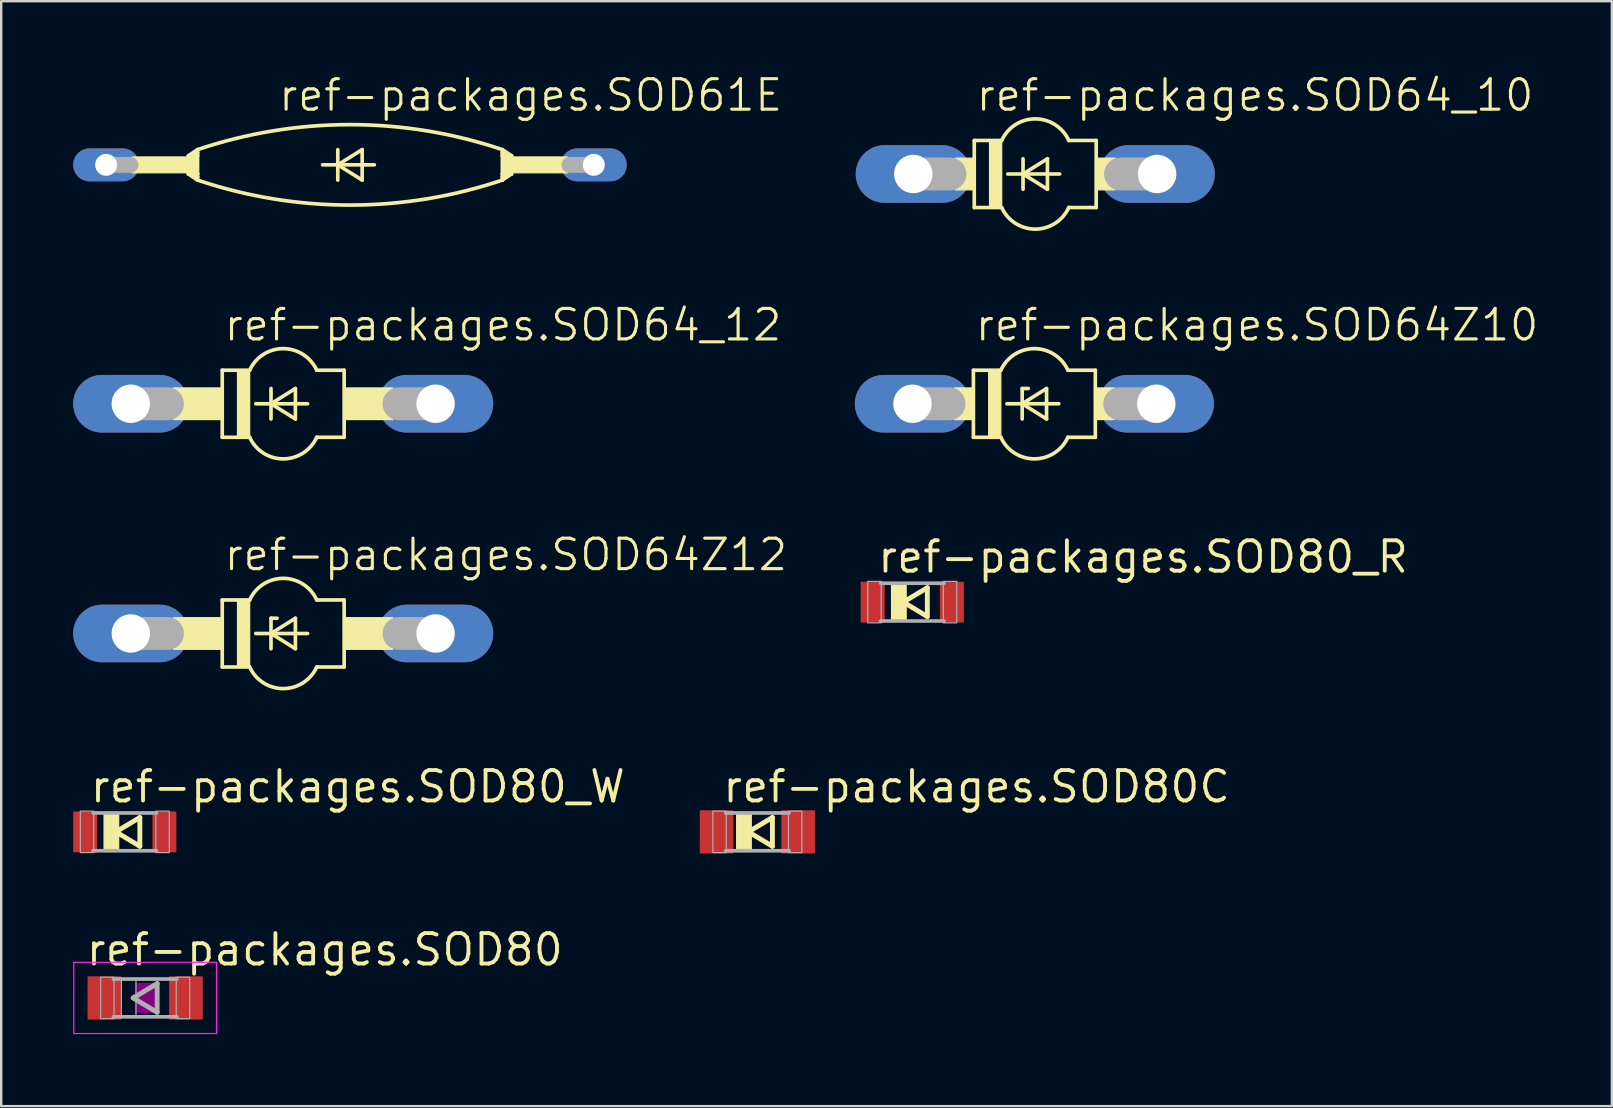
<source format=kicad_pcb>
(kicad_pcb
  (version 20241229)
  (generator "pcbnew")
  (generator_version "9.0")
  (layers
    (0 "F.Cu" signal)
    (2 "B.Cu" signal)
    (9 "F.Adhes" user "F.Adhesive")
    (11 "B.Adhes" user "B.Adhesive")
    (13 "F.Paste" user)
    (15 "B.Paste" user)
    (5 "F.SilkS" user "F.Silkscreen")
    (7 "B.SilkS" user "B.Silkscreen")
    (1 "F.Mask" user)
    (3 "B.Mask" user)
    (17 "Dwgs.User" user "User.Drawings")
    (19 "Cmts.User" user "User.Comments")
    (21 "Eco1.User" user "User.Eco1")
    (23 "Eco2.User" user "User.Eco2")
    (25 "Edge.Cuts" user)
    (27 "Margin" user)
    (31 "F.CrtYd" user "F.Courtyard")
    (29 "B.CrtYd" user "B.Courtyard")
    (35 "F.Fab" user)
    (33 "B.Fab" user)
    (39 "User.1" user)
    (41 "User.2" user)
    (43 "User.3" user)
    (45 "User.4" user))
  (footprint "ref-packages.SOD80_R"
    (layer "F.Cu")
    (at 34.961 22.038)
    (property "Reference" "ref-packages.SOD80_R" (at -1.524 -1.143 0) (layer "F.SilkS") (effects (font (size 1.27 1.27) (thickness 0.16)) (justify left bottom)))
    (attr smd)
    (fp_line (start -0.373 0) (end 0.627 0.6) (stroke (width 0.203) (type default)) (layer "F.SilkS"))
    (fp_line (start 0.627 -0.6) (end -0.373 0) (stroke (width 0.203) (type default)) (layer "F.SilkS"))
    (fp_line (start 0.627 0.6) (end 0.627 -0.6) (stroke (width 0.203) (type default)) (layer "F.SilkS"))
    (fp_rect (start -0.864 0.787) (end -0.254 -0.787) (stroke (width 0.05) (type default)) (fill yes) (layer "F.SilkS"))
    (fp_line (start 1.321 -0.787) (end -1.321 -0.787) (stroke (width 0.152) (type default)) (layer "F.Fab"))
    (fp_line (start 1.321 0.787) (end -1.321 0.787) (stroke (width 0.152) (type default)) (layer "F.Fab"))
    (fp_rect (start -1.854 0.864) (end -1.295 -0.864) (stroke (width 0.05) (type default)) (fill no) (layer "F.Fab"))
    (fp_rect (start 1.295 0.864) (end 1.854 -0.864) (stroke (width 0.05) (type default)) (fill no) (layer "F.Fab"))
    (pad "A" smd roundrect (at 1.65 0) (size 1 1.7) (layers "F.Cu" "F.Mask" "F.Paste") (roundrect_rratio 0.01))
    (pad "C" smd roundrect (at -1.65 0) (size 1 1.7) (layers "F.Cu" "F.Mask" "F.Paste") (roundrect_rratio 0.01)))
  (footprint "ref-packages.SOD80_W"
    (layer "F.Cu")
    (at 2.15 31.611)
    (property "Reference" "ref-packages.SOD80_W" (at -1.524 -1.143 0) (layer "F.SilkS") (effects (font (size 1.27 1.27) (thickness 0.16)) (justify left bottom)))
    (attr smd)
    (fp_line (start -0.373 0) (end 0.627 0.6) (stroke (width 0.203) (type default)) (layer "F.SilkS"))
    (fp_line (start 0.627 -0.6) (end -0.373 0) (stroke (width 0.203) (type default)) (layer "F.SilkS"))
    (fp_line (start 0.627 0.6) (end 0.627 -0.6) (stroke (width 0.203) (type default)) (layer "F.SilkS"))
    (fp_rect (start -0.864 0.787) (end -0.254 -0.787) (stroke (width 0.05) (type default)) (fill yes) (layer "F.SilkS"))
    (fp_line (start 1.321 -0.787) (end -1.321 -0.787) (stroke (width 0.152) (type default)) (layer "F.Fab"))
    (fp_line (start 1.321 0.787) (end -1.321 0.787) (stroke (width 0.152) (type default)) (layer "F.Fab"))
    (fp_rect (start -1.854 0.864) (end -1.295 -0.864) (stroke (width 0.05) (type default)) (fill no) (layer "F.Fab"))
    (fp_rect (start 1.295 0.864) (end 1.854 -0.864) (stroke (width 0.05) (type default)) (fill no) (layer "F.Fab"))
    (pad "A" smd roundrect (at 1.65 0) (size 1 1.7) (layers "F.Cu" "F.Mask" "F.Paste") (roundrect_rratio 0.01))
    (pad "C" smd roundrect (at -1.65 0) (size 1 1.7) (layers "F.Cu" "F.Mask" "F.Paste") (roundrect_rratio 0.01)))
  (footprint "ref-packages.SOD64Z10"
    (layer "F.Cu")
    (at 40.049 13.773)
    (property "Reference" "ref-packages.SOD64Z10" (at -2.54 -2.54 0) (layer "F.SilkS") (effects (font (size 1.27 1.27) (thickness 0.13)) (justify left bottom)))
    (attr through_hole)
    (fp_line (start -2.54 -1.397) (end -2.54 1.397) (stroke (width 0.152) (type default)) (layer "F.SilkS"))
    (fp_line (start -2.54 -1.397) (end -1.397 -1.397) (stroke (width 0.152) (type default)) (layer "F.SilkS"))
    (fp_line (start -2.54 1.397) (end -1.397 1.397) (stroke (width 0.152) (type default)) (layer "F.SilkS"))
    (fp_line (start -1.143 0) (end -0.508 0) (stroke (width 0.152) (type default)) (layer "F.SilkS"))
    (fp_line (start -0.508 -0.635) (end -0.508 0) (stroke (width 0.152) (type default)) (layer "F.SilkS"))
    (fp_line (start -0.508 0) (end -0.508 0.635) (stroke (width 0.152) (type default)) (layer "F.SilkS"))
    (fp_line (start -0.508 0) (end 0.508 -0.635) (stroke (width 0.152) (type default)) (layer "F.SilkS"))
    (fp_line (start -0.508 0) (end 1.016 0) (stroke (width 0.152) (type default)) (layer "F.SilkS"))
    (fp_line (start -0.254 -0.635) (end -0.508 -0.635) (stroke (width 0.152) (type default)) (layer "F.SilkS"))
    (fp_line (start 0.508 -0.635) (end 0.508 0.635) (stroke (width 0.152) (type default)) (layer "F.SilkS"))
    (fp_line (start 0.508 0.635) (end -0.508 0) (stroke (width 0.152) (type default)) (layer "F.SilkS"))
    (fp_line (start 1.397 1.397) (end 2.54 1.397) (stroke (width 0.152) (type default)) (layer "F.SilkS"))
    (fp_line (start 2.54 -1.397) (end 1.397 -1.397) (stroke (width 0.152) (type default)) (layer "F.SilkS"))
    (fp_line (start 2.54 1.397) (end 2.54 -1.397) (stroke (width 0.152) (type default)) (layer "F.SilkS"))
    (fp_rect (start -3.327 0.66) (end -2.54 -0.66) (stroke (width 0.05) (type default)) (fill yes) (layer "F.SilkS"))
    (fp_rect (start -1.905 1.397) (end -1.397 -1.397) (stroke (width 0.05) (type default)) (fill yes) (layer "F.SilkS"))
    (fp_rect (start 2.54 0.66) (end 3.327 -0.66) (stroke (width 0.05) (type default)) (fill yes) (layer "F.SilkS"))
    (fp_arc (start -1.397 -1.397) (mid 0 -2.296547) (end 1.397 -1.397) (stroke (width 0.1524) (type default)) (layer "F.SilkS"))
    (fp_arc (start 1.397 1.397) (mid 0 2.296547) (end -1.397 1.397) (stroke (width 0.1524) (type default)) (layer "F.SilkS"))
    (fp_line (start -5.08 0) (end -3.556 0) (stroke (width 1.372) (type default)) (layer "F.Fab"))
    (fp_line (start 5.08 0) (end 3.556 0) (stroke (width 1.372) (type default)) (layer "F.Fab"))
    (pad "A" thru_hole oval (at 5.08 0) (size 4.801 2.4) (drill 1.6) (layers "*.Cu" "*.Mask"))
    (pad "C" thru_hole oval (at -5.08 0) (size 4.801 2.4) (drill 1.6) (layers "*.Cu" "*.Mask")))
  (footprint "ref-packages.SOD64_12"
    (layer "F.Cu")
    (at 8.75 13.773)
    (property "Reference" "ref-packages.SOD64_12" (at -2.54 -2.54 0) (layer "F.SilkS") (effects (font (size 1.27 1.27) (thickness 0.13)) (justify left bottom)))
    (attr through_hole)
    (fp_line (start -2.54 -1.397) (end -2.54 1.397) (stroke (width 0.152) (type default)) (layer "F.SilkS"))
    (fp_line (start -2.54 -1.397) (end -1.397 -1.397) (stroke (width 0.152) (type default)) (layer "F.SilkS"))
    (fp_line (start -2.54 1.397) (end -1.397 1.397) (stroke (width 0.152) (type default)) (layer "F.SilkS"))
    (fp_line (start -1.143 0) (end -0.508 0) (stroke (width 0.152) (type default)) (layer "F.SilkS"))
    (fp_line (start -0.508 -0.635) (end -0.508 0) (stroke (width 0.152) (type default)) (layer "F.SilkS"))
    (fp_line (start -0.508 0) (end -0.508 0.635) (stroke (width 0.152) (type default)) (layer "F.SilkS"))
    (fp_line (start -0.508 0) (end 0.508 -0.635) (stroke (width 0.152) (type default)) (layer "F.SilkS"))
    (fp_line (start -0.508 0) (end 1.016 0) (stroke (width 0.152) (type default)) (layer "F.SilkS"))
    (fp_line (start 0.508 -0.635) (end 0.508 0.635) (stroke (width 0.152) (type default)) (layer "F.SilkS"))
    (fp_line (start 0.508 0.635) (end -0.508 0) (stroke (width 0.152) (type default)) (layer "F.SilkS"))
    (fp_line (start 1.397 1.397) (end 2.54 1.397) (stroke (width 0.152) (type default)) (layer "F.SilkS"))
    (fp_line (start 2.54 -1.397) (end 1.397 -1.397) (stroke (width 0.152) (type default)) (layer "F.SilkS"))
    (fp_line (start 2.54 1.397) (end 2.54 -1.397) (stroke (width 0.152) (type default)) (layer "F.SilkS"))
    (fp_rect (start -4.572 0.66) (end -2.54 -0.66) (stroke (width 0.05) (type default)) (fill yes) (layer "F.SilkS"))
    (fp_rect (start -1.905 1.397) (end -1.397 -1.397) (stroke (width 0.05) (type default)) (fill yes) (layer "F.SilkS"))
    (fp_rect (start 2.54 0.66) (end 4.572 -0.66) (stroke (width 0.05) (type default)) (fill yes) (layer "F.SilkS"))
    (fp_arc (start -1.397 -1.397) (mid 0 -2.296547) (end 1.397 -1.397) (stroke (width 0.1524) (type default)) (layer "F.SilkS"))
    (fp_arc (start 1.397 1.397) (mid 0 2.296547) (end -1.397 1.397) (stroke (width 0.1524) (type default)) (layer "F.SilkS"))
    (fp_line (start -6.35 0) (end -4.826 0) (stroke (width 1.372) (type default)) (layer "F.Fab"))
    (fp_line (start 6.35 0) (end 4.826 0) (stroke (width 1.372) (type default)) (layer "F.Fab"))
    (pad "A" thru_hole oval (at 6.35 0) (size 4.801 2.4) (drill 1.6) (layers "*.Cu" "*.Mask"))
    (pad "C" thru_hole oval (at -6.35 0) (size 4.801 2.4) (drill 1.6) (layers "*.Cu" "*.Mask")))
  (footprint "ref-packages.SOD64Z12"
    (layer "F.Cu")
    (at 8.75 23.345)
    (property "Reference" "ref-packages.SOD64Z12" (at -2.54 -2.54 0) (layer "F.SilkS") (effects (font (size 1.27 1.27) (thickness 0.13)) (justify left bottom)))
    (attr through_hole)
    (fp_line (start -2.54 -1.397) (end -2.54 1.397) (stroke (width 0.152) (type default)) (layer "F.SilkS"))
    (fp_line (start -2.54 -1.397) (end -1.397 -1.397) (stroke (width 0.152) (type default)) (layer "F.SilkS"))
    (fp_line (start -2.54 1.397) (end -1.397 1.397) (stroke (width 0.152) (type default)) (layer "F.SilkS"))
    (fp_line (start -1.143 0) (end -0.508 0) (stroke (width 0.152) (type default)) (layer "F.SilkS"))
    (fp_line (start -0.508 -0.635) (end -0.508 0) (stroke (width 0.152) (type default)) (layer "F.SilkS"))
    (fp_line (start -0.508 0) (end -0.508 0.635) (stroke (width 0.152) (type default)) (layer "F.SilkS"))
    (fp_line (start -0.508 0) (end 0.508 -0.635) (stroke (width 0.152) (type default)) (layer "F.SilkS"))
    (fp_line (start -0.508 0) (end 1.016 0) (stroke (width 0.152) (type default)) (layer "F.SilkS"))
    (fp_line (start -0.254 -0.635) (end -0.508 -0.635) (stroke (width 0.152) (type default)) (layer "F.SilkS"))
    (fp_line (start 0.508 -0.635) (end 0.508 0.635) (stroke (width 0.152) (type default)) (layer "F.SilkS"))
    (fp_line (start 0.508 0.635) (end -0.508 0) (stroke (width 0.152) (type default)) (layer "F.SilkS"))
    (fp_line (start 1.397 1.397) (end 2.54 1.397) (stroke (width 0.152) (type default)) (layer "F.SilkS"))
    (fp_line (start 2.54 -1.397) (end 1.397 -1.397) (stroke (width 0.152) (type default)) (layer "F.SilkS"))
    (fp_line (start 2.54 1.397) (end 2.54 -1.397) (stroke (width 0.152) (type default)) (layer "F.SilkS"))
    (fp_rect (start -4.572 0.66) (end -2.54 -0.66) (stroke (width 0.05) (type default)) (fill yes) (layer "F.SilkS"))
    (fp_rect (start -1.905 1.397) (end -1.397 -1.397) (stroke (width 0.05) (type default)) (fill yes) (layer "F.SilkS"))
    (fp_rect (start 2.54 0.66) (end 4.572 -0.66) (stroke (width 0.05) (type default)) (fill yes) (layer "F.SilkS"))
    (fp_arc (start -1.397 -1.397) (mid 0 -2.296547) (end 1.397 -1.397) (stroke (width 0.1524) (type default)) (layer "F.SilkS"))
    (fp_arc (start 1.397 1.397) (mid 0 2.296547) (end -1.397 1.397) (stroke (width 0.1524) (type default)) (layer "F.SilkS"))
    (fp_line (start -6.35 0) (end -4.826 0) (stroke (width 1.372) (type default)) (layer "F.Fab"))
    (fp_line (start 6.35 0) (end 4.826 0) (stroke (width 1.372) (type default)) (layer "F.Fab"))
    (pad "A" thru_hole oval (at 6.35 0) (size 4.801 2.4) (drill 1.6) (layers "*.Cu" "*.Mask"))
    (pad "C" thru_hole oval (at -6.35 0) (size 4.801 2.4) (drill 1.6) (layers "*.Cu" "*.Mask")))
  (footprint "ref-packages.SOD80C"
    (layer "F.Cu")
    (at 28.507 31.611)
    (property "Reference" "ref-packages.SOD80C" (at -1.524 -1.143 0) (layer "F.SilkS") (effects (font (size 1.27 1.27) (thickness 0.16)) (justify left bottom)))
    (attr smd)
    (fp_line (start -0.373 0) (end 0.627 0.6) (stroke (width 0.203) (type default)) (layer "F.SilkS"))
    (fp_line (start 0.627 -0.6) (end -0.373 0) (stroke (width 0.203) (type default)) (layer "F.SilkS"))
    (fp_line (start 0.627 0.6) (end 0.627 -0.6) (stroke (width 0.203) (type default)) (layer "F.SilkS"))
    (fp_rect (start -0.864 0.787) (end -0.254 -0.787) (stroke (width 0.05) (type default)) (fill yes) (layer "F.SilkS"))
    (fp_line (start 1.321 -0.787) (end -1.321 -0.787) (stroke (width 0.152) (type default)) (layer "F.Fab"))
    (fp_line (start 1.321 0.787) (end -1.321 0.787) (stroke (width 0.152) (type default)) (layer "F.Fab"))
    (fp_rect (start -1.854 0.864) (end -1.295 -0.864) (stroke (width 0.05) (type default)) (fill no) (layer "F.Fab"))
    (fp_rect (start 1.295 0.864) (end 1.854 -0.864) (stroke (width 0.05) (type default)) (fill no) (layer "F.Fab"))
    (pad "A" smd roundrect (at 1.7 0) (size 1.4 1.8) (layers "F.Cu" "F.Mask" "F.Paste") (roundrect_rratio 0.01))
    (pad "C" smd roundrect (at -1.7 0) (size 1.4 1.8) (layers "F.Cu" "F.Mask" "F.Paste") (roundrect_rratio 0.01)))
  (footprint "ref-packages.SOD64_10"
    (layer "F.Cu")
    (at 40.085 4.2)
    (property "Reference" "ref-packages.SOD64_10" (at -2.54 -2.54 0) (layer "F.SilkS") (effects (font (size 1.27 1.27) (thickness 0.13)) (justify left bottom)))
    (attr through_hole)
    (fp_line (start -2.54 -1.397) (end -2.54 1.397) (stroke (width 0.152) (type default)) (layer "F.SilkS"))
    (fp_line (start -2.54 -1.397) (end -1.397 -1.397) (stroke (width 0.152) (type default)) (layer "F.SilkS"))
    (fp_line (start -2.54 1.397) (end -1.397 1.397) (stroke (width 0.152) (type default)) (layer "F.SilkS"))
    (fp_line (start -1.143 0) (end -0.508 0) (stroke (width 0.152) (type default)) (layer "F.SilkS"))
    (fp_line (start -0.508 -0.635) (end -0.508 0) (stroke (width 0.152) (type default)) (layer "F.SilkS"))
    (fp_line (start -0.508 0) (end -0.508 0.635) (stroke (width 0.152) (type default)) (layer "F.SilkS"))
    (fp_line (start -0.508 0) (end 0.508 -0.635) (stroke (width 0.152) (type default)) (layer "F.SilkS"))
    (fp_line (start -0.508 0) (end 1.016 0) (stroke (width 0.152) (type default)) (layer "F.SilkS"))
    (fp_line (start 0.508 -0.635) (end 0.508 0.635) (stroke (width 0.152) (type default)) (layer "F.SilkS"))
    (fp_line (start 0.508 0.635) (end -0.508 0) (stroke (width 0.152) (type default)) (layer "F.SilkS"))
    (fp_line (start 1.397 1.397) (end 2.54 1.397) (stroke (width 0.152) (type default)) (layer "F.SilkS"))
    (fp_line (start 2.54 -1.397) (end 1.397 -1.397) (stroke (width 0.152) (type default)) (layer "F.SilkS"))
    (fp_line (start 2.54 1.397) (end 2.54 -1.397) (stroke (width 0.152) (type default)) (layer "F.SilkS"))
    (fp_rect (start -3.327 0.66) (end -2.54 -0.66) (stroke (width 0.05) (type default)) (fill yes) (layer "F.SilkS"))
    (fp_rect (start -1.905 1.397) (end -1.397 -1.397) (stroke (width 0.05) (type default)) (fill yes) (layer "F.SilkS"))
    (fp_rect (start 2.54 0.66) (end 3.327 -0.66) (stroke (width 0.05) (type default)) (fill yes) (layer "F.SilkS"))
    (fp_arc (start -1.397 -1.397) (mid 0 -2.296547) (end 1.397 -1.397) (stroke (width 0.1524) (type default)) (layer "F.SilkS"))
    (fp_arc (start 1.397 1.397) (mid 0 2.296547) (end -1.397 1.397) (stroke (width 0.1524) (type default)) (layer "F.SilkS"))
    (fp_line (start -5.08 0) (end -3.556 0) (stroke (width 1.372) (type default)) (layer "F.Fab"))
    (fp_line (start 5.08 0) (end 3.556 0) (stroke (width 1.372) (type default)) (layer "F.Fab"))
    (pad "A" thru_hole oval (at 5.08 0) (size 4.801 2.4) (drill 1.6) (layers "*.Cu" "*.Mask"))
    (pad "C" thru_hole oval (at -5.08 0) (size 4.801 2.4) (drill 1.6) (layers "*.Cu" "*.Mask")))
  (footprint "ref-packages.SOD61E"
    (layer "F.Cu")
    (at 11.532 3.819)
    (property "Reference" "ref-packages.SOD61E" (at -3.048 -2.159 0) (layer "F.SilkS") (effects (font (size 1.27 1.27) (thickness 0.13)) (justify left bottom)))
    (attr through_hole)
    (fp_line (start -6.731 -0.381) (end -6.731 0.381) (stroke (width 0.152) (type default)) (layer "F.SilkS"))
    (fp_line (start -6.731 -0.381) (end -6.604 -0.381) (stroke (width 0.152) (type default)) (layer "F.SilkS"))
    (fp_line (start -6.731 0.381) (end -6.604 0.381) (stroke (width 0.152) (type default)) (layer "F.SilkS"))
    (fp_line (start -6.731 0.381) (end -6.35 0.635) (stroke (width 0.152) (type default)) (layer "F.SilkS"))
    (fp_line (start -6.604 -0.381) (end -6.35 -0.381) (stroke (width 0.152) (type default)) (layer "F.SilkS"))
    (fp_line (start -6.604 0.381) (end -6.35 0.381) (stroke (width 0.152) (type default)) (layer "F.SilkS"))
    (fp_line (start -6.35 -0.635) (end -6.731 -0.381) (stroke (width 0.152) (type default)) (layer "F.SilkS"))
    (fp_line (start -6.35 -0.635) (end -6.35 -0.508) (stroke (width 0.152) (type default)) (layer "F.SilkS"))
    (fp_line (start -6.35 -0.508) (end -6.604 -0.381) (stroke (width 0.152) (type default)) (layer "F.SilkS"))
    (fp_line (start -6.35 -0.508) (end -6.35 -0.381) (stroke (width 0.152) (type default)) (layer "F.SilkS"))
    (fp_line (start -6.35 -0.381) (end -6.35 0.381) (stroke (width 0.152) (type default)) (layer "F.SilkS"))
    (fp_line (start -6.35 0.381) (end -6.35 0.508) (stroke (width 0.152) (type default)) (layer "F.SilkS"))
    (fp_line (start -6.35 0.508) (end -6.604 0.381) (stroke (width 0.152) (type default)) (layer "F.SilkS"))
    (fp_line (start -6.35 0.508) (end -6.35 0.635) (stroke (width 0.152) (type default)) (layer "F.SilkS"))
    (fp_line (start -1.143 0) (end -0.508 0) (stroke (width 0.152) (type default)) (layer "F.SilkS"))
    (fp_line (start -0.508 -0.635) (end -0.508 0) (stroke (width 0.152) (type default)) (layer "F.SilkS"))
    (fp_line (start -0.508 0) (end -0.508 0.635) (stroke (width 0.152) (type default)) (layer "F.SilkS"))
    (fp_line (start -0.508 0) (end 0.508 -0.635) (stroke (width 0.152) (type default)) (layer "F.SilkS"))
    (fp_line (start -0.508 0) (end 1.016 0) (stroke (width 0.152) (type default)) (layer "F.SilkS"))
    (fp_line (start 0.508 -0.635) (end 0.508 0.635) (stroke (width 0.152) (type default)) (layer "F.SilkS"))
    (fp_line (start 0.508 0.635) (end -0.508 0) (stroke (width 0.152) (type default)) (layer "F.SilkS"))
    (fp_line (start 6.35 -0.635) (end 6.731 -0.381) (stroke (width 0.152) (type default)) (layer "F.SilkS"))
    (fp_line (start 6.35 -0.508) (end 6.35 -0.635) (stroke (width 0.152) (type default)) (layer "F.SilkS"))
    (fp_line (start 6.35 -0.508) (end 6.604 -0.381) (stroke (width 0.152) (type default)) (layer "F.SilkS"))
    (fp_line (start 6.35 -0.381) (end 6.35 -0.508) (stroke (width 0.152) (type default)) (layer "F.SilkS"))
    (fp_line (start 6.35 0.381) (end 6.35 -0.381) (stroke (width 0.152) (type default)) (layer "F.SilkS"))
    (fp_line (start 6.35 0.508) (end 6.35 0.381) (stroke (width 0.152) (type default)) (layer "F.SilkS"))
    (fp_line (start 6.35 0.508) (end 6.604 0.381) (stroke (width 0.152) (type default)) (layer "F.SilkS"))
    (fp_line (start 6.35 0.635) (end 6.35 0.508) (stroke (width 0.152) (type default)) (layer "F.SilkS"))
    (fp_line (start 6.35 0.635) (end 6.731 0.381) (stroke (width 0.152) (type default)) (layer "F.SilkS"))
    (fp_line (start 6.604 -0.381) (end 6.35 -0.381) (stroke (width 0.152) (type default)) (layer "F.SilkS"))
    (fp_line (start 6.604 0.381) (end 6.35 0.381) (stroke (width 0.152) (type default)) (layer "F.SilkS"))
    (fp_line (start 6.731 -0.381) (end 6.604 -0.381) (stroke (width 0.152) (type default)) (layer "F.SilkS"))
    (fp_line (start 6.731 -0.381) (end 6.731 0.381) (stroke (width 0.152) (type default)) (layer "F.SilkS"))
    (fp_line (start 6.731 0.381) (end 6.604 0.381) (stroke (width 0.152) (type default)) (layer "F.SilkS"))
    (fp_rect (start -9.068 0.33) (end -6.731 -0.33) (stroke (width 0.05) (type default)) (fill yes) (layer "F.SilkS"))
    (fp_rect (start -6.731 0.381) (end -6.35 -0.381) (stroke (width 0.05) (type default)) (fill yes) (layer "F.SilkS"))
    (fp_rect (start 6.35 0.381) (end 6.731 -0.381) (stroke (width 0.05) (type default)) (fill yes) (layer "F.SilkS"))
    (fp_rect (start 6.731 0.33) (end 9.068 -0.33) (stroke (width 0.05) (type default)) (fill yes) (layer "F.SilkS"))
    (fp_arc (start -6.35 -0.635) (mid -0.017882 -1.675992) (end 6.3161 -0.6464) (stroke (width 0.1524) (type default)) (layer "F.SilkS"))
    (fp_arc (start 6.35 0.635) (mid 0.017882 1.675992) (end -6.3161 0.6464) (stroke (width 0.1524) (type default)) (layer "F.SilkS"))
    (fp_line (start -10.16 0) (end -9.144 0) (stroke (width 0.66) (type default)) (layer "F.Fab"))
    (fp_line (start 10.16 0) (end 9.144 0) (stroke (width 0.66) (type default)) (layer "F.Fab"))
    (pad "A" thru_hole oval (at 10.16 0) (size 2.743 1.372) (drill 0.914) (layers "*.Cu" "*.Mask"))
    (pad "C" thru_hole oval (at -10.16 0) (size 2.743 1.372) (drill 0.914) (layers "*.Cu" "*.Mask")))
  (footprint "ref-packages.SOD80"
    (layer "F.Cu")
    (at 2.998 38.531)
    (property "Reference" "ref-packages.SOD80" (at -2.54 -1.27 0) (layer "F.SilkS") (effects (font (size 1.27 1.27) (thickness 0.16)) (justify left bottom)))
    (attr smd)
    (fp_rect (start -0.4 0.6) (end 0.4 -0.6) (stroke (width 0.05) (type default)) (fill yes) (layer "F.Adhes"))
    (fp_line (start -2.973 -1.483) (end 2.973 -1.483) (stroke (width 0.051) (type default)) (layer "F.CrtYd"))
    (fp_line (start -2.973 1.483) (end -2.973 -1.483) (stroke (width 0.051) (type default)) (layer "F.CrtYd"))
    (fp_line (start 2.973 -1.483) (end 2.973 1.483) (stroke (width 0.051) (type default)) (layer "F.CrtYd"))
    (fp_line (start 2.973 1.483) (end -2.973 1.483) (stroke (width 0.051) (type default)) (layer "F.CrtYd"))
    (fp_line (start -0.5 0) (end 0.5 0.6) (stroke (width 0.203) (type default)) (layer "F.Fab"))
    (fp_line (start 0.5 -0.6) (end -0.5 0) (stroke (width 0.203) (type default)) (layer "F.Fab"))
    (fp_line (start 0.5 0.6) (end 0.5 -0.6) (stroke (width 0.203) (type default)) (layer "F.Fab"))
    (fp_line (start 1.321 -0.787) (end -1.321 -0.787) (stroke (width 0.152) (type default)) (layer "F.Fab"))
    (fp_line (start 1.321 0.787) (end -1.321 0.787) (stroke (width 0.152) (type default)) (layer "F.Fab"))
    (fp_rect (start -1.854 0.864) (end -1.295 -0.864) (stroke (width 0.05) (type default)) (fill no) (layer "F.Fab"))
    (fp_rect (start -0.991 0.787) (end -0.381 -0.787) (stroke (width 0.05) (type default)) (fill no) (layer "F.Fab"))
    (fp_rect (start 1.295 0.864) (end 1.854 -0.864) (stroke (width 0.05) (type default)) (fill no) (layer "F.Fab"))
    (pad "1" smd roundrect (at -1.7 0) (size 1.4 1.8) (layers "F.Cu" "F.Mask" "F.Paste") (roundrect_rratio 0.01))
    (pad "2" smd roundrect (at 1.7 0) (size 1.4 1.8) (layers "F.Cu" "F.Mask" "F.Paste") (roundrect_rratio 0.01)))
  (gr_rect
    (start -3 -3)
    (end 64.11 43.04)
    (stroke (width 0.1) (type default))
    (fill no)
    (layer "Edge.Cuts")))
</source>
